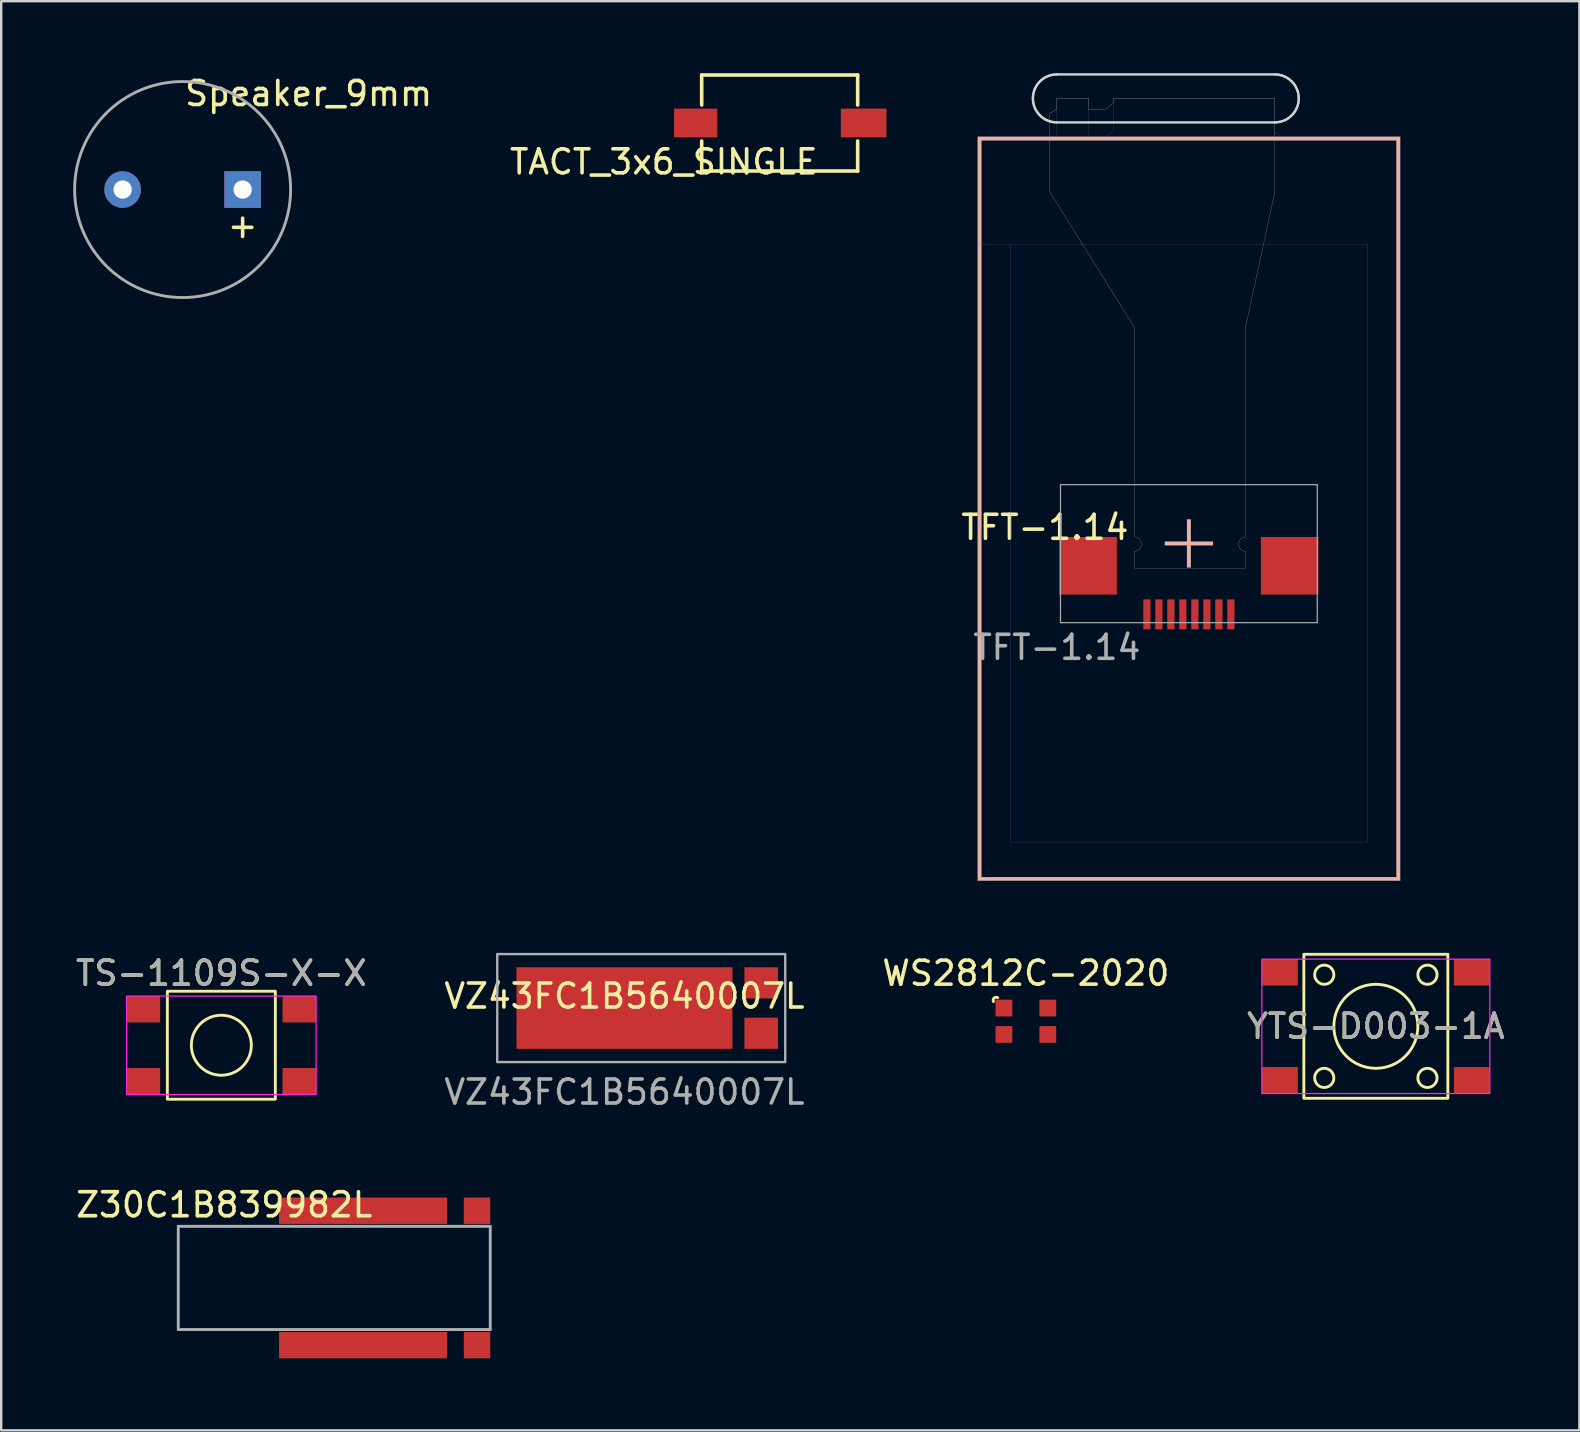
<source format=kicad_pcb>
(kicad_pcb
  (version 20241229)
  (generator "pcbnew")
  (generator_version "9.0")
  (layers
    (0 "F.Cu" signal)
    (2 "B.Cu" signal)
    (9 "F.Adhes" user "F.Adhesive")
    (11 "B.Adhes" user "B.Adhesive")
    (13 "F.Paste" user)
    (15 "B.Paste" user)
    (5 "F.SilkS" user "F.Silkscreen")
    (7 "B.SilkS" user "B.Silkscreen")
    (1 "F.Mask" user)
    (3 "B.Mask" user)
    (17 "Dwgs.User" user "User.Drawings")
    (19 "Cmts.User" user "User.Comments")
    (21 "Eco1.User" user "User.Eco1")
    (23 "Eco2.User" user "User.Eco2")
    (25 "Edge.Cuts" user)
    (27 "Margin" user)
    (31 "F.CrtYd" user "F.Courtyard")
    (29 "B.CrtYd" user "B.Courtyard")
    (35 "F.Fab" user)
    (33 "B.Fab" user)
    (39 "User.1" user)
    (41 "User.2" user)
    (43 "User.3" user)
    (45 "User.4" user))
  (footprint "VZ43FC1B5640007L"
    (layer "F.Cu")
    (at 22.97 38.955)
    (property "Reference" "VZ43FC1B5640007L" (at 0 -0.5 0) (unlocked yes) (layer "F.SilkS") (effects (font (size 1 1) (thickness 0.15))))
    (attr smd)
    (fp_rect (start -5.3 -2.25) (end 6.7 2.25) (stroke (width 0.1) (type solid)) (fill no) (layer "F.Fab"))
    (fp_text user "${REFERENCE}" (at 0 3.5 0) (unlocked yes) (layer "F.Fab") (effects (font (size 1 1) (thickness 0.15))))
    (pad "1" smd rect (at 0 0) (size 9 3.4) (layers "F.Cu" "F.Mask" "F.Paste"))
    (pad "2" smd rect (at 5.7 -1.05) (size 1.4 1.3) (layers "F.Cu" "F.Mask" "F.Paste"))
    (pad "3" smd rect (at 5.7 1.05) (size 1.4 1.3) (layers "F.Cu" "F.Mask" "F.Paste")))
  (footprint "TFT-1.14"
    (layer "F.Cu")
    (at 46.489 21.925)
    (property "Reference" "TFT-1.14" (at -6 -3 0) (unlocked yes) (layer "F.SilkS") (effects (font (size 1 1) (thickness 0.15))))
    (attr smd)
    (fp_poly (pts (xy 8.801 -19.279) (xy -8.797 -19.279) (xy -8.797 11.573) (xy -8.645 11.573) (xy -8.645 -19.123) (xy 8.648 -19.123) (xy 8.648 11.573) (xy -8.645 11.573) (xy -8.797 11.573) (xy -8.797 11.726) (xy 8.801 11.726) (xy 8.801 -19.279)) (stroke (width 0.01) (type solid)) (fill yes) (layer "B.SilkS"))
    (fp_poly (pts (xy 0.08 -2.253) (xy 1.003 -2.253) (xy 1.003 -2.405) (xy 0.08 -2.405) (xy 0.08 -3.332) (xy -0.077 -3.332) (xy -0.077 -2.405) (xy -1 -2.405) (xy -1 -2.253) (xy -0.077 -2.253) (xy -0.077 -1.33) (xy 0.08 -1.33) (xy 0.08 -2.253)) (stroke (width 0.01) (type solid)) (fill yes) (layer "B.SilkS"))
    (fp_line (start -5.35 -1.315) (end 5.35 -1.315) (stroke (width 0.05) (type solid)) (layer "Eco2.User"))
    (fp_line (start -6.5 -20.875) (end -6.494 -20.977) (stroke (width 0.1) (type solid)) (layer "Edge.Cuts"))
    (fp_line (start -6.494 -20.977) (end -6.479 -21.076) (stroke (width 0.1) (type solid)) (layer "Edge.Cuts"))
    (fp_line (start -6.494 -20.773) (end -6.5 -20.875) (stroke (width 0.1) (type solid)) (layer "Edge.Cuts"))
    (fp_line (start -6.479 -21.076) (end -6.455 -21.172) (stroke (width 0.1) (type solid)) (layer "Edge.Cuts"))
    (fp_line (start -6.479 -20.673) (end -6.494 -20.773) (stroke (width 0.1) (type solid)) (layer "Edge.Cuts"))
    (fp_line (start -6.455 -21.172) (end -6.421 -21.264) (stroke (width 0.1) (type solid)) (layer "Edge.Cuts"))
    (fp_line (start -6.455 -20.577) (end -6.479 -20.673) (stroke (width 0.1) (type solid)) (layer "Edge.Cuts"))
    (fp_line (start -6.421 -21.264) (end -6.379 -21.351) (stroke (width 0.1) (type solid)) (layer "Edge.Cuts"))
    (fp_line (start -6.421 -20.486) (end -6.455 -20.577) (stroke (width 0.1) (type solid)) (layer "Edge.Cuts"))
    (fp_line (start -6.379 -21.351) (end -6.329 -21.434) (stroke (width 0.1) (type solid)) (layer "Edge.Cuts"))
    (fp_line (start -6.379 -20.398) (end -6.421 -20.486) (stroke (width 0.1) (type solid)) (layer "Edge.Cuts"))
    (fp_line (start -6.329 -21.434) (end -6.271 -21.511) (stroke (width 0.1) (type solid)) (layer "Edge.Cuts"))
    (fp_line (start -6.329 -20.316) (end -6.379 -20.398) (stroke (width 0.1) (type solid)) (layer "Edge.Cuts"))
    (fp_line (start -6.271 -21.511) (end -6.207 -21.582) (stroke (width 0.1) (type solid)) (layer "Edge.Cuts"))
    (fp_line (start -6.271 -20.239) (end -6.329 -20.316) (stroke (width 0.1) (type solid)) (layer "Edge.Cuts"))
    (fp_line (start -6.207 -21.582) (end -6.136 -21.646) (stroke (width 0.1) (type solid)) (layer "Edge.Cuts"))
    (fp_line (start -6.207 -20.168) (end -6.271 -20.239) (stroke (width 0.1) (type solid)) (layer "Edge.Cuts"))
    (fp_line (start -6.136 -21.646) (end -6.059 -21.704) (stroke (width 0.1) (type solid)) (layer "Edge.Cuts"))
    (fp_line (start -6.136 -20.103) (end -6.207 -20.168) (stroke (width 0.1) (type solid)) (layer "Edge.Cuts"))
    (fp_line (start -6.059 -21.704) (end -5.976 -21.754) (stroke (width 0.1) (type solid)) (layer "Edge.Cuts"))
    (fp_line (start -6.059 -20.046) (end -6.136 -20.103) (stroke (width 0.1) (type solid)) (layer "Edge.Cuts"))
    (fp_line (start -5.976 -21.754) (end -5.889 -21.796) (stroke (width 0.1) (type solid)) (layer "Edge.Cuts"))
    (fp_line (start -5.976 -19.995) (end -6.059 -20.046) (stroke (width 0.1) (type solid)) (layer "Edge.Cuts"))
    (fp_line (start -5.889 -21.796) (end -5.797 -21.83) (stroke (width 0.1) (type solid)) (layer "Edge.Cuts"))
    (fp_line (start -5.889 -19.953) (end -5.976 -19.995) (stroke (width 0.1) (type solid)) (layer "Edge.Cuts"))
    (fp_line (start -5.797 -21.83) (end -5.701 -21.854) (stroke (width 0.1) (type solid)) (layer "Edge.Cuts"))
    (fp_line (start -5.797 -19.92) (end -5.889 -19.953) (stroke (width 0.1) (type solid)) (layer "Edge.Cuts"))
    (fp_line (start -5.701 -21.854) (end -5.602 -21.87) (stroke (width 0.1) (type solid)) (layer "Edge.Cuts"))
    (fp_line (start -5.701 -19.895) (end -5.797 -19.92) (stroke (width 0.1) (type solid)) (layer "Edge.Cuts"))
    (fp_line (start -5.602 -21.87) (end -5.5 -21.875) (stroke (width 0.1) (type solid)) (layer "Edge.Cuts"))
    (fp_line (start -5.602 -19.88) (end -5.701 -19.895) (stroke (width 0.1) (type solid)) (layer "Edge.Cuts"))
    (fp_line (start -5.5 -21.875) (end 3.578 -21.875) (stroke (width 0.1) (type solid)) (layer "Edge.Cuts"))
    (fp_line (start -5.5 -19.875) (end -5.602 -19.88) (stroke (width 0.1) (type solid)) (layer "Edge.Cuts"))
    (fp_line (start 3.578 -21.875) (end 3.681 -21.87) (stroke (width 0.1) (type solid)) (layer "Edge.Cuts"))
    (fp_line (start 3.578 -19.875) (end -5.5 -19.875) (stroke (width 0.1) (type solid)) (layer "Edge.Cuts"))
    (fp_line (start 3.681 -21.87) (end 3.78 -21.854) (stroke (width 0.1) (type solid)) (layer "Edge.Cuts"))
    (fp_line (start 3.681 -19.88) (end 3.578 -19.875) (stroke (width 0.1) (type solid)) (layer "Edge.Cuts"))
    (fp_line (start 3.78 -21.854) (end 3.876 -21.83) (stroke (width 0.1) (type solid)) (layer "Edge.Cuts"))
    (fp_line (start 3.78 -19.895) (end 3.681 -19.88) (stroke (width 0.1) (type solid)) (layer "Edge.Cuts"))
    (fp_line (start 3.876 -21.83) (end 3.968 -21.796) (stroke (width 0.1) (type solid)) (layer "Edge.Cuts"))
    (fp_line (start 3.876 -19.92) (end 3.78 -19.895) (stroke (width 0.1) (type solid)) (layer "Edge.Cuts"))
    (fp_line (start 3.968 -21.796) (end 4.055 -21.754) (stroke (width 0.1) (type solid)) (layer "Edge.Cuts"))
    (fp_line (start 3.968 -19.953) (end 3.876 -19.92) (stroke (width 0.1) (type solid)) (layer "Edge.Cuts"))
    (fp_line (start 4.055 -21.754) (end 4.138 -21.704) (stroke (width 0.1) (type solid)) (layer "Edge.Cuts"))
    (fp_line (start 4.055 -19.995) (end 3.968 -19.953) (stroke (width 0.1) (type solid)) (layer "Edge.Cuts"))
    (fp_line (start 4.138 -21.704) (end 4.215 -21.646) (stroke (width 0.1) (type solid)) (layer "Edge.Cuts"))
    (fp_line (start 4.138 -20.046) (end 4.055 -19.995) (stroke (width 0.1) (type solid)) (layer "Edge.Cuts"))
    (fp_line (start 4.215 -21.646) (end 4.286 -21.582) (stroke (width 0.1) (type solid)) (layer "Edge.Cuts"))
    (fp_line (start 4.215 -20.103) (end 4.138 -20.046) (stroke (width 0.1) (type solid)) (layer "Edge.Cuts"))
    (fp_line (start 4.286 -21.582) (end 4.35 -21.511) (stroke (width 0.1) (type solid)) (layer "Edge.Cuts"))
    (fp_line (start 4.286 -20.168) (end 4.215 -20.103) (stroke (width 0.1) (type solid)) (layer "Edge.Cuts"))
    (fp_line (start 4.35 -21.511) (end 4.408 -21.434) (stroke (width 0.1) (type solid)) (layer "Edge.Cuts"))
    (fp_line (start 4.35 -20.239) (end 4.286 -20.168) (stroke (width 0.1) (type solid)) (layer "Edge.Cuts"))
    (fp_line (start 4.408 -21.434) (end 4.458 -21.351) (stroke (width 0.1) (type solid)) (layer "Edge.Cuts"))
    (fp_line (start 4.408 -20.316) (end 4.35 -20.239) (stroke (width 0.1) (type solid)) (layer "Edge.Cuts"))
    (fp_line (start 4.458 -21.351) (end 4.5 -21.264) (stroke (width 0.1) (type solid)) (layer "Edge.Cuts"))
    (fp_line (start 4.458 -20.398) (end 4.408 -20.316) (stroke (width 0.1) (type solid)) (layer "Edge.Cuts"))
    (fp_line (start 4.5 -21.264) (end 4.534 -21.172) (stroke (width 0.1) (type solid)) (layer "Edge.Cuts"))
    (fp_line (start 4.5 -20.486) (end 4.458 -20.398) (stroke (width 0.1) (type solid)) (layer "Edge.Cuts"))
    (fp_line (start 4.534 -21.172) (end 4.558 -21.076) (stroke (width 0.1) (type solid)) (layer "Edge.Cuts"))
    (fp_line (start 4.534 -20.577) (end 4.5 -20.486) (stroke (width 0.1) (type solid)) (layer "Edge.Cuts"))
    (fp_line (start 4.558 -21.076) (end 4.573 -20.977) (stroke (width 0.1) (type solid)) (layer "Edge.Cuts"))
    (fp_line (start 4.558 -20.673) (end 4.534 -20.577) (stroke (width 0.1) (type solid)) (layer "Edge.Cuts"))
    (fp_line (start 4.573 -20.977) (end 4.578 -20.875) (stroke (width 0.1) (type solid)) (layer "Edge.Cuts"))
    (fp_line (start 4.573 -20.773) (end 4.558 -20.673) (stroke (width 0.1) (type solid)) (layer "Edge.Cuts"))
    (fp_line (start 4.578 -20.875) (end 4.573 -20.773) (stroke (width 0.1) (type solid)) (layer "Edge.Cuts"))
    (fp_poly (pts (xy 8.801 -19.279) (xy 3.856 -19.279) (xy 3.719 -19.382) (xy 3.581 -19.484) (xy 3.581 -20.88) (xy -3.129 -20.88) (xy -3.131 -19.514) (xy -3.453 -19.279) (xy -4.183 -19.279) (xy -4.183 -20.88) (xy -5.5 -20.88) (xy -5.5 -19.279) (xy -8.797 -19.279) (xy -8.797 10.125) (xy -7.426 10.125) (xy -7.426 -14.784) (xy 7.429 -14.784) (xy 7.429 10.125) (xy -7.426 10.125) (xy -8.797 10.125) (xy -8.797 11.726) (xy 8.801 11.726) (xy 8.801 -19.279)) (stroke (width 0.01) (type solid)) (fill no) (layer "B.Fab"))
    (fp_line (start -5.35 -4.779) (end -5.35 0.971) (stroke (width 0.05) (type solid)) (layer "F.Fab"))
    (fp_line (start -5.35 -4.779) (end 5.35 -4.779) (stroke (width 0.05) (type solid)) (layer "F.Fab"))
    (fp_line (start -5.35 0.971) (end 5.35 0.971) (stroke (width 0.05) (type solid)) (layer "F.Fab"))
    (fp_line (start 5.35 -4.779) (end 5.35 0.971) (stroke (width 0.05) (type solid)) (layer "F.Fab"))
    (fp_poly (pts (xy 2.37 -2.002) (xy 2.342 -2.005) (xy 2.295 -2.014) (xy 2.252 -2.029) (xy 2.212 -2.051) (xy 2.173 -2.081) (xy 2.16 -2.094) (xy 2.142 -2.113) (xy 2.128 -2.129) (xy 2.118 -2.144) (xy 2.108 -2.16) (xy 2.104 -2.169) (xy 2.087 -2.209) (xy 2.077 -2.249) (xy 2.073 -2.291) (xy 2.073 -2.304) (xy 2.077 -2.353) (xy 2.089 -2.399) (xy 2.107 -2.442) (xy 2.133 -2.482) (xy 2.164 -2.516) (xy 2.2 -2.546) (xy 2.241 -2.57) (xy 2.286 -2.587) (xy 2.335 -2.597) (xy 2.343 -2.598) (xy 2.37 -2.601) (xy 2.37 -11.382) (xy 2.688 -12.851) (xy 2.715 -12.978) (xy 2.744 -13.112) (xy 2.774 -13.251) (xy 2.806 -13.395) (xy 2.837 -13.543) (xy 2.87 -13.693) (xy 2.903 -13.847) (xy 2.937 -14.002) (xy 2.97 -14.157) (xy 3.004 -14.313) (xy 3.038 -14.468) (xy 3.071 -14.621) (xy 3.103 -14.772) (xy 3.135 -14.92) (xy 3.167 -15.064) (xy 3.197 -15.204) (xy 3.226 -15.337) (xy 3.253 -15.465) (xy 3.279 -15.586) (xy 3.293 -15.65) (xy 3.581 -16.981) (xy 3.581 -20.88) (xy -3.129 -20.88) (xy -3.129 -20.691) (xy -3.459 -20.422) (xy -4.183 -20.422) (xy -4.183 -20.88) (xy -5.5 -20.88) (xy -5.5 -20.422) (xy -5.511 -20.422) (xy -5.518 -20.42) (xy -5.532 -20.413) (xy -5.552 -20.401) (xy -5.58 -20.385) (xy -5.614 -20.364) (xy -5.654 -20.339) (xy -5.664 -20.332) (xy -5.806 -20.242) (xy -5.803 -18.614) (xy -5.801 -16.985) (xy -4.037 -14.163) (xy -2.274 -11.342) (xy -2.274 -2.6) (xy -2.259 -2.6) (xy -2.223 -2.597) (xy -2.185 -2.587) (xy -2.147 -2.571) (xy -2.111 -2.551) (xy -2.078 -2.528) (xy -2.069 -2.52) (xy -2.034 -2.482) (xy -2.007 -2.441) (xy -1.988 -2.396) (xy -1.977 -2.349) (xy -1.973 -2.301) (xy -1.977 -2.252) (xy -1.989 -2.205) (xy -2.009 -2.161) (xy -2.036 -2.12) (xy -2.06 -2.094) (xy -2.095 -2.063) (xy -2.131 -2.039) (xy -2.17 -2.022) (xy -2.212 -2.01) (xy -2.236 -2.007) (xy -2.274 -2.002) (xy -2.274 -1.3) (xy 2.37 -1.3) (xy 2.37 -2.002)) (stroke (width 0.01) (type solid)) (fill no) (layer "F.Fab"))
    (fp_text user "${REFERENCE}" (at -5.5 2 0) (unlocked yes) (layer "F.Fab") (effects (font (size 1 1) (thickness 0.15))))
    (pad "1" smd rect (at -1.75 0.625) (size 0.3 1.25) (layers "F.Cu" "F.Mask" "F.Paste"))
    (pad "2" smd rect (at -1.25 0.625) (size 0.3 1.25) (layers "F.Cu" "F.Mask" "F.Paste"))
    (pad "3" smd rect (at -0.75 0.625) (size 0.3 1.25) (layers "F.Cu" "F.Mask" "F.Paste"))
    (pad "4" smd rect (at -0.25 0.625) (size 0.3 1.25) (layers "F.Cu" "F.Mask" "F.Paste"))
    (pad "5" smd rect (at 0.25 0.625) (size 0.3 1.25) (layers "F.Cu" "F.Mask" "F.Paste"))
    (pad "6" smd rect (at 0.75 0.625) (size 0.3 1.25) (layers "F.Cu" "F.Mask" "F.Paste"))
    (pad "7" smd rect (at 1.25 0.625) (size 0.3 1.25) (layers "F.Cu" "F.Mask" "F.Paste"))
    (pad "8" smd rect (at 1.75 0.625) (size 0.3 1.25) (layers "F.Cu" "F.Mask" "F.Paste"))
    (pad "9" smd rect (at -4.2 -1.4) (size 2.4 2.4) (layers "F.Cu" "F.Mask" "F.Paste"))
    (pad "10" smd rect (at 4.2 -1.4) (size 2.4 2.4) (layers "F.Cu" "F.Mask" "F.Paste")))
  (footprint "WS2812C-2020"
    (layer "F.Cu")
    (at 39.696 39.504)
    (property "Reference" "WS2812C-2020" (at 0 -2 0) (unlocked yes) (layer "F.SilkS") (effects (font (size 1 1) (thickness 0.15))))
    (attr smd)
    (fp_arc (start -1.35 -0.82) (mid -1.321579 -0.969277) (end -1.17 -0.98) (stroke (width 0.12) (type solid)) (layer "F.SilkS"))
    (pad "1" smd roundrect (at -0.915 -0.55) (size 0.7 0.7) (layers "F.Cu" "F.Mask" "F.Paste") (roundrect_rratio 0.05))
    (pad "2" smd roundrect (at -0.915 0.55) (size 0.7 0.7) (layers "F.Cu" "F.Mask" "F.Paste") (roundrect_rratio 0.05))
    (pad "3" smd roundrect (at 0.915 0.55) (size 0.7 0.7) (layers "F.Cu" "F.Mask" "F.Paste") (roundrect_rratio 0.05))
    (pad "4" smd roundrect (at 0.915 -0.55) (size 0.7 0.7) (layers "F.Cu" "F.Mask" "F.Paste") (roundrect_rratio 0.05)))
  (footprint "Z30C1B839982L"
    (layer "F.Cu")
    (at 8.578 50.2)
    (property "Reference" "Z30C1B839982L" (at -2.286 -3.048 0) (layer "F.SilkS") (effects (font (size 1 1) (thickness 0.15))))
    (attr through_hole)
    (fp_line (start -4.2 -2.15) (end -4.2 2.15) (stroke (width 0.12) (type solid)) (layer "F.Fab"))
    (fp_line (start -4.2 -2.15) (end 8.8 -2.15) (stroke (width 0.12) (type solid)) (layer "F.Fab"))
    (fp_line (start -4.2 2.15) (end 8.8 2.15) (stroke (width 0.12) (type solid)) (layer "F.Fab"))
    (fp_line (start 8.8 -2.15) (end 8.8 2.15) (stroke (width 0.12) (type solid)) (layer "F.Fab"))
    (pad "1" smd rect (at 3.5 -2.8) (size 7 1.1) (layers "F.Cu" "F.Mask" "F.Paste"))
    (pad "1" smd rect (at 8.25 -2.8) (size 1.1 1.1) (layers "F.Cu" "F.Mask" "F.Paste"))
    (pad "2" smd rect (at 3.5 2.8) (size 7 1.1) (layers "F.Cu" "F.Mask" "F.Paste"))
    (pad "2" smd rect (at 8.25 2.8) (size 1.1 1.1) (layers "F.Cu" "F.Mask" "F.Paste")))
  (footprint "TS-1109S-X-X"
    (layer "F.Cu")
    (at 6.173 40.504)
    (property "Reference" "TS-1109S-X-X" (at 0 -3 0) (unlocked yes) (layer "F.SilkS") (effects (font (size 1 1) (thickness 0.15))))
    (attr smd)
    (fp_rect (start -2.25 -2.25) (end 2.25 2.25) (stroke (width 0.12) (type solid)) (fill no) (layer "F.SilkS"))
    (fp_circle (center 0 0) (end 0 -1.25) (stroke (width 0.12) (type solid)) (fill no) (layer "F.SilkS"))
    (fp_rect (start -3.95 -2.05) (end 3.95 2.05) (stroke (width 0.05) (type solid)) (fill no) (layer "F.CrtYd"))
    (fp_text user "${REFERENCE}" (at 0 -3 0) (unlocked yes) (layer "F.Fab") (effects (font (size 1 1) (thickness 0.15))))
    (pad "1" smd rect (at -3.25 -1.5) (size 1.4 1.1) (layers "F.Cu" "F.Mask" "F.Paste"))
    (pad "2" smd rect (at 3.25 -1.5) (size 1.4 1.1) (layers "F.Cu" "F.Mask" "F.Paste"))
    (pad "3" smd rect (at -3.25 1.5) (size 1.4 1.1) (layers "F.Cu" "F.Mask" "F.Paste"))
    (pad "4" smd rect (at 3.25 1.5) (size 1.4 1.1) (layers "F.Cu" "F.Mask" "F.Paste")))
  (footprint "Speaker_9mm"
    (layer "F.Cu")
    (at 4.56 4.848)
    (property "Reference" "Speaker_9mm" (at 5.25 -4 0) (layer "F.SilkS") (effects (font (size 1 1) (thickness 0.15))))
    (attr through_hole)
    (fp_circle (center 0 0) (end 4.5 0) (stroke (width 0.12) (type solid)) (fill no) (layer "F.Fab"))
    (fp_text user "+" (at 2.5 1.5 0) (layer "F.SilkS") (effects (font (size 1 1) (thickness 0.15))))
    (pad "1" thru_hole rect (at 2.5 0) (size 1.524 1.524) (drill 0.762) (layers "*.Cu" "*.Mask"))
    (pad "2" thru_hole circle (at -2.5 0) (size 1.524 1.524) (drill 0.762) (layers "*.Cu" "*.Mask")))
  (footprint "YTS-D003-1A"
    (layer "F.Cu")
    (at 54.28 39.715)
    (property "Reference" "YTS-D003-1A" (at 0 0 0) (unlocked yes) (layer "F.SilkS") (effects (font (size 1 1) (thickness 0.15))))
    (attr smd)
    (fp_rect (start -3 -3) (end 3 3) (stroke (width 0.12) (type solid)) (fill no) (layer "F.SilkS"))
    (fp_circle (center -2.15 -2.15) (end -1.75 -2.15) (stroke (width 0.12) (type solid)) (fill no) (layer "F.SilkS"))
    (fp_circle (center -2.15 2.15) (end -1.75 2.15) (stroke (width 0.12) (type solid)) (fill no) (layer "F.SilkS"))
    (fp_circle (center 0 0) (end 1.75 0) (stroke (width 0.12) (type solid)) (fill no) (layer "F.SilkS"))
    (fp_circle (center 2.15 -2.15) (end 2.55 -2.15) (stroke (width 0.12) (type solid)) (fill no) (layer "F.SilkS"))
    (fp_circle (center 2.15 2.15) (end 2.55 2.15) (stroke (width 0.12) (type solid)) (fill no) (layer "F.SilkS"))
    (fp_rect (start -4.75 -2.8) (end 4.75 2.8) (stroke (width 0.05) (type solid)) (fill no) (layer "F.CrtYd"))
    (fp_text user "${REFERENCE}" (at 0 0 0) (unlocked yes) (layer "F.Fab") (effects (font (size 1 1) (thickness 0.15))))
    (pad "1" smd rect (at -4 -2.25) (size 1.5 1.1) (layers "F.Cu" "F.Mask" "F.Paste"))
    (pad "2" smd rect (at 4 -2.25) (size 1.5 1.1) (layers "F.Cu" "F.Mask" "F.Paste"))
    (pad "3" smd rect (at -4 2.25) (size 1.5 1.1) (layers "F.Cu" "F.Mask" "F.Paste"))
    (pad "4" smd rect (at 4 2.25) (size 1.5 1.1) (layers "F.Cu" "F.Mask" "F.Paste")))
  (footprint "TACT_3x6_SINGLE"
    (layer "F.Cu")
    (at 29.438 2.075)
    (property "Reference" "TACT_3x6_SINGLE" (at -4.83 1.62 0) (layer "F.SilkS") (effects (font (size 1 1) (thickness 0.15))))
    (attr through_hole)
    (fp_line (start -3.25 -2) (end 3.25 -2) (stroke (width 0.15) (type solid)) (layer "F.SilkS"))
    (fp_line (start -3.25 -0.75) (end -3.25 -2) (stroke (width 0.15) (type solid)) (layer "F.SilkS"))
    (fp_line (start -3.25 2) (end -3.25 0.75) (stroke (width 0.15) (type solid)) (layer "F.SilkS"))
    (fp_line (start 3.25 -2) (end 3.25 -0.75) (stroke (width 0.15) (type solid)) (layer "F.SilkS"))
    (fp_line (start 3.25 0.75) (end 3.25 2) (stroke (width 0.15) (type solid)) (layer "F.SilkS"))
    (fp_line (start 3.25 2) (end -3.25 2) (stroke (width 0.15) (type solid)) (layer "F.SilkS"))
    (pad "1" smd rect (at -3.5 0) (size 1.8 1.2) (layers "F.Cu" "F.Mask" "F.Paste"))
    (pad "2" smd rect (at 3.5 0) (size 1.9 1.2) (layers "F.Cu" "F.Mask" "F.Paste")))
  (gr_rect
    (start -3 -3)
    (end 62.762 56.55)
    (stroke (width 0.1) (type default))
    (fill no)
    (layer "Edge.Cuts")))
</source>
